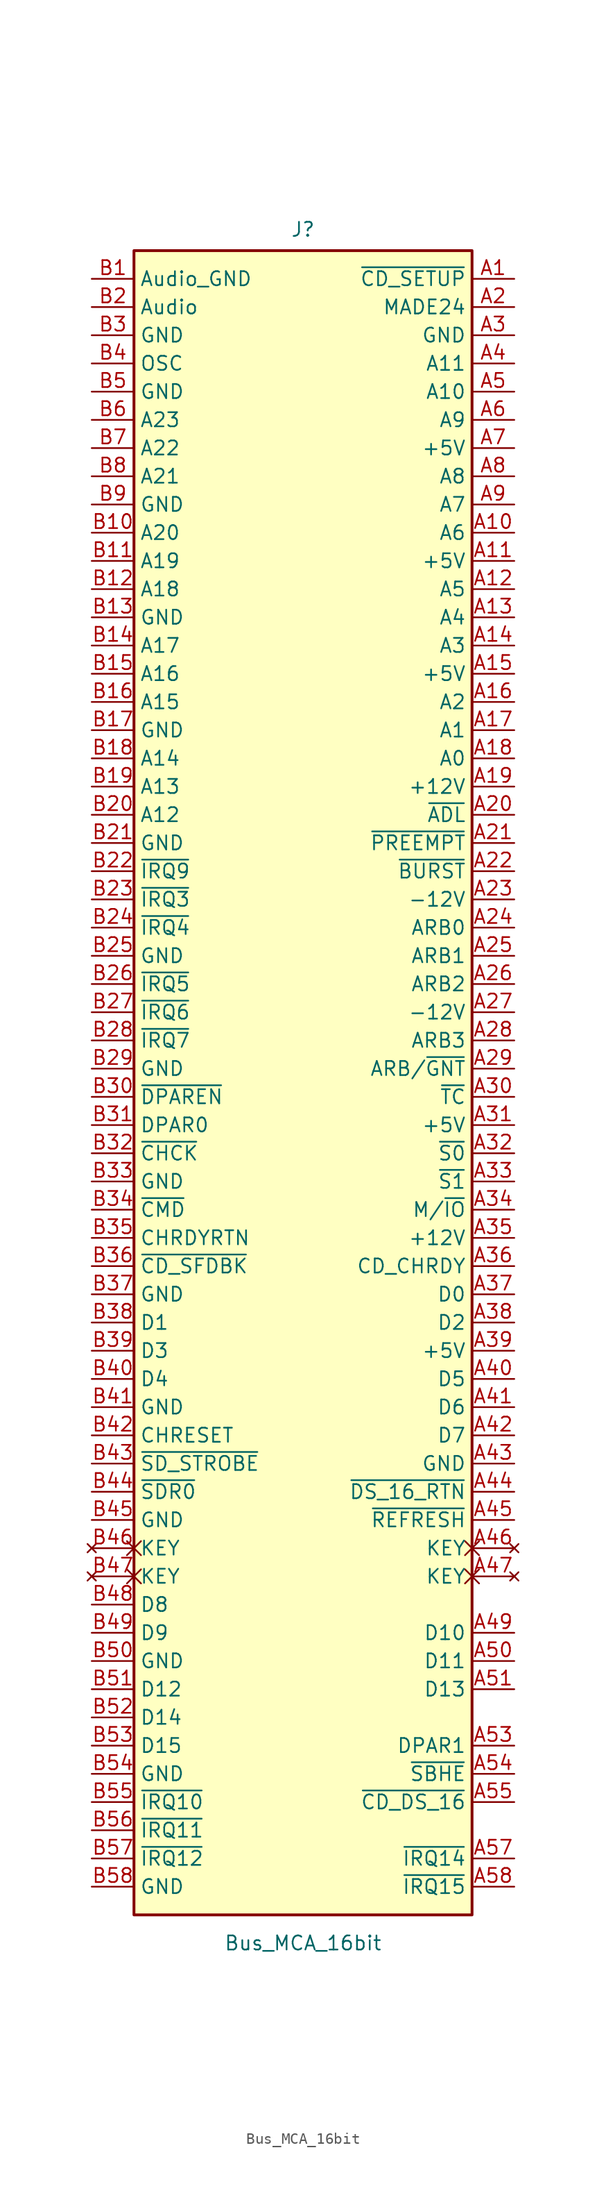
<source format=kicad_sym>
(kicad_symbol_lib
  (version 20231120)
  (generator "kicad_symbol_editor")
  (generator_version "8.0")
  (symbol "Bus_MCA_16bit"
    (property "Reference" "J"
      (at 0 76.835 0)
      (effects (font (size 1.27 1.27))))
    (property "Value" "Bus_MCA_16bit"
      (at 0 -77.47 0)
      (effects (font (size 1.27 1.27))))
    (symbol "Bus_MCA_16bit_0_1"
      (rectangle (start -15.24 74.93) (end 15.24 -74.93) (stroke (width 0.254) (type default)) (fill (type background))))
    (symbol "Bus_MCA_16bit_1_1"
      (pin unspecified line (at 19.05 72.39 180) (length 3.81) (name "~{CD_SETUP}" (effects (font (size 1.27 1.27)))) (number "A1" (effects (font (size 1.27 1.27)))))
      (pin unspecified line (at 19.05 49.53 180) (length 3.81) (name "A6" (effects (font (size 1.27 1.27)))) (number "A10" (effects (font (size 1.27 1.27)))))
      (pin power_in line (at 19.05 46.99 180) (length 3.81) (name "+5V" (effects (font (size 1.27 1.27)))) (number "A11" (effects (font (size 1.27 1.27)))))
      (pin unspecified line (at 19.05 44.45 180) (length 3.81) (name "A5" (effects (font (size 1.27 1.27)))) (number "A12" (effects (font (size 1.27 1.27)))))
      (pin unspecified line (at 19.05 41.91 180) (length 3.81) (name "A4" (effects (font (size 1.27 1.27)))) (number "A13" (effects (font (size 1.27 1.27)))))
      (pin unspecified line (at 19.05 39.37 180) (length 3.81) (name "A3" (effects (font (size 1.27 1.27)))) (number "A14" (effects (font (size 1.27 1.27)))))
      (pin power_in line (at 19.05 36.83 180) (length 3.81) (name "+5V" (effects (font (size 1.27 1.27)))) (number "A15" (effects (font (size 1.27 1.27)))))
      (pin unspecified line (at 19.05 34.29 180) (length 3.81) (name "A2" (effects (font (size 1.27 1.27)))) (number "A16" (effects (font (size 1.27 1.27)))))
      (pin unspecified line (at 19.05 31.75 180) (length 3.81) (name "A1" (effects (font (size 1.27 1.27)))) (number "A17" (effects (font (size 1.27 1.27)))))
      (pin unspecified line (at 19.05 29.21 180) (length 3.81) (name "A0" (effects (font (size 1.27 1.27)))) (number "A18" (effects (font (size 1.27 1.27)))))
      (pin power_in line (at 19.05 26.67 180) (length 3.81) (name "+12V" (effects (font (size 1.27 1.27)))) (number "A19" (effects (font (size 1.27 1.27)))))
      (pin unspecified line (at 19.05 69.85 180) (length 3.81) (name "MADE24" (effects (font (size 1.27 1.27)))) (number "A2" (effects (font (size 1.27 1.27)))))
      (pin unspecified line (at 19.05 24.13 180) (length 3.81) (name "~{ADL}" (effects (font (size 1.27 1.27)))) (number "A20" (effects (font (size 1.27 1.27)))))
      (pin unspecified line (at 19.05 21.59 180) (length 3.81) (name "~{PREEMPT}" (effects (font (size 1.27 1.27)))) (number "A21" (effects (font (size 1.27 1.27)))))
      (pin unspecified line (at 19.05 19.05 180) (length 3.81) (name "~{BURST}" (effects (font (size 1.27 1.27)))) (number "A22" (effects (font (size 1.27 1.27)))))
      (pin power_in line (at 19.05 16.51 180) (length 3.81) (name "-12V" (effects (font (size 1.27 1.27)))) (number "A23" (effects (font (size 1.27 1.27)))))
      (pin unspecified line (at 19.05 13.97 180) (length 3.81) (name "ARB0" (effects (font (size 1.27 1.27)))) (number "A24" (effects (font (size 1.27 1.27)))))
      (pin unspecified line (at 19.05 11.43 180) (length 3.81) (name "ARB1" (effects (font (size 1.27 1.27)))) (number "A25" (effects (font (size 1.27 1.27)))))
      (pin unspecified line (at 19.05 8.89 180) (length 3.81) (name "ARB2" (effects (font (size 1.27 1.27)))) (number "A26" (effects (font (size 1.27 1.27)))))
      (pin power_in line (at 19.05 6.35 180) (length 3.81) (name "-12V" (effects (font (size 1.27 1.27)))) (number "A27" (effects (font (size 1.27 1.27)))))
      (pin unspecified line (at 19.05 3.81 180) (length 3.81) (name "ARB3" (effects (font (size 1.27 1.27)))) (number "A28" (effects (font (size 1.27 1.27)))))
      (pin unspecified line (at 19.05 1.27 180) (length 3.81) (name "ARB/~{GNT}" (effects (font (size 1.27 1.27)))) (number "A29" (effects (font (size 1.27 1.27)))))
      (pin power_in line (at 19.05 67.31 180) (length 3.81) (name "GND" (effects (font (size 1.27 1.27)))) (number "A3" (effects (font (size 1.27 1.27)))))
      (pin unspecified line (at 19.05 -1.27 180) (length 3.81) (name "~{TC}" (effects (font (size 1.27 1.27)))) (number "A30" (effects (font (size 1.27 1.27)))))
      (pin power_in line (at 19.05 -3.81 180) (length 3.81) (name "+5V" (effects (font (size 1.27 1.27)))) (number "A31" (effects (font (size 1.27 1.27)))))
      (pin unspecified line (at 19.05 -6.35 180) (length 3.81) (name "~{S0}" (effects (font (size 1.27 1.27)))) (number "A32" (effects (font (size 1.27 1.27)))))
      (pin unspecified line (at 19.05 -8.89 180) (length 3.81) (name "~{S1}" (effects (font (size 1.27 1.27)))) (number "A33" (effects (font (size 1.27 1.27)))))
      (pin unspecified line (at 19.05 -11.43 180) (length 3.81) (name "M/~{IO}" (effects (font (size 1.27 1.27)))) (number "A34" (effects (font (size 1.27 1.27)))))
      (pin power_in line (at 19.05 -13.97 180) (length 3.81) (name "+12V" (effects (font (size 1.27 1.27)))) (number "A35" (effects (font (size 1.27 1.27)))))
      (pin unspecified line (at 19.05 -16.51 180) (length 3.81) (name "CD_CHRDY" (effects (font (size 1.27 1.27)))) (number "A36" (effects (font (size 1.27 1.27)))))
      (pin unspecified line (at 19.05 -19.05 180) (length 3.81) (name "D0" (effects (font (size 1.27 1.27)))) (number "A37" (effects (font (size 1.27 1.27)))))
      (pin unspecified line (at 19.05 -21.59 180) (length 3.81) (name "D2" (effects (font (size 1.27 1.27)))) (number "A38" (effects (font (size 1.27 1.27)))))
      (pin power_in line (at 19.05 -24.13 180) (length 3.81) (name "+5V" (effects (font (size 1.27 1.27)))) (number "A39" (effects (font (size 1.27 1.27)))))
      (pin unspecified line (at 19.05 64.77 180) (length 3.81) (name "A11" (effects (font (size 1.27 1.27)))) (number "A4" (effects (font (size 1.27 1.27)))))
      (pin unspecified line (at 19.05 -26.67 180) (length 3.81) (name "D5" (effects (font (size 1.27 1.27)))) (number "A40" (effects (font (size 1.27 1.27)))))
      (pin unspecified line (at 19.05 -29.21 180) (length 3.81) (name "D6" (effects (font (size 1.27 1.27)))) (number "A41" (effects (font (size 1.27 1.27)))))
      (pin unspecified line (at 19.05 -31.75 180) (length 3.81) (name "D7" (effects (font (size 1.27 1.27)))) (number "A42" (effects (font (size 1.27 1.27)))))
      (pin power_in line (at 19.05 -34.29 180) (length 3.81) (name "GND" (effects (font (size 1.27 1.27)))) (number "A43" (effects (font (size 1.27 1.27)))))
      (pin unspecified line (at 19.05 -36.83 180) (length 3.81) (name "~{DS_16_RTN}" (effects (font (size 1.27 1.27)))) (number "A44" (effects (font (size 1.27 1.27)))))
      (pin unspecified line (at 19.05 -39.37 180) (length 3.81) (name "~{REFRESH}" (effects (font (size 1.27 1.27)))) (number "A45" (effects (font (size 1.27 1.27)))))
      (pin no_connect non_logic (at 19.05 -41.91 180) (length 3.81) (name "KEY" (effects (font (size 1.27 1.27)))) (number "A46" (effects (font (size 1.27 1.27)))))
      (pin no_connect non_logic (at 19.05 -44.45 180) (length 3.81) (name "KEY" (effects (font (size 1.27 1.27)))) (number "A47" (effects (font (size 1.27 1.27)))))
      (pin unspecified line (at 19.05 -49.53 180) (length 3.81) (name "D10" (effects (font (size 1.27 1.27)))) (number "A49" (effects (font (size 1.27 1.27)))))
      (pin unspecified line (at 19.05 62.23 180) (length 3.81) (name "A10" (effects (font (size 1.27 1.27)))) (number "A5" (effects (font (size 1.27 1.27)))))
      (pin unspecified line (at 19.05 -52.07 180) (length 3.81) (name "D11" (effects (font (size 1.27 1.27)))) (number "A50" (effects (font (size 1.27 1.27)))))
      (pin unspecified line (at 19.05 -54.61 180) (length 3.81) (name "D13" (effects (font (size 1.27 1.27)))) (number "A51" (effects (font (size 1.27 1.27)))))
      (pin unspecified line (at 19.05 -59.69 180) (length 3.81) (name "DPAR1" (effects (font (size 1.27 1.27)))) (number "A53" (effects (font (size 1.27 1.27)))))
      (pin unspecified line (at 19.05 -62.23 180) (length 3.81) (name "~{SBHE}" (effects (font (size 1.27 1.27)))) (number "A54" (effects (font (size 1.27 1.27)))))
      (pin unspecified line (at 19.05 -64.77 180) (length 3.81) (name "~{CD_DS_16}" (effects (font (size 1.27 1.27)))) (number "A55" (effects (font (size 1.27 1.27)))))
      (pin unspecified line (at 19.05 -69.85 180) (length 3.81) (name "~{IRQ14}" (effects (font (size 1.27 1.27)))) (number "A57" (effects (font (size 1.27 1.27)))))
      (pin unspecified line (at 19.05 -72.39 180) (length 3.81) (name "~{IRQ15}" (effects (font (size 1.27 1.27)))) (number "A58" (effects (font (size 1.27 1.27)))))
      (pin unspecified line (at 19.05 59.69 180) (length 3.81) (name "A9" (effects (font (size 1.27 1.27)))) (number "A6" (effects (font (size 1.27 1.27)))))
      (pin power_in line (at 19.05 57.15 180) (length 3.81) (name "+5V" (effects (font (size 1.27 1.27)))) (number "A7" (effects (font (size 1.27 1.27)))))
      (pin unspecified line (at 19.05 54.61 180) (length 3.81) (name "A8" (effects (font (size 1.27 1.27)))) (number "A8" (effects (font (size 1.27 1.27)))))
      (pin unspecified line (at 19.05 52.07 180) (length 3.81) (name "A7" (effects (font (size 1.27 1.27)))) (number "A9" (effects (font (size 1.27 1.27)))))
      (pin power_in line (at -19.05 72.39 0) (length 3.81) (name "Audio_GND" (effects (font (size 1.27 1.27)))) (number "B1" (effects (font (size 1.27 1.27)))))
      (pin unspecified line (at -19.05 49.53 0) (length 3.81) (name "A20" (effects (font (size 1.27 1.27)))) (number "B10" (effects (font (size 1.27 1.27)))))
      (pin unspecified line (at -19.05 46.99 0) (length 3.81) (name "A19" (effects (font (size 1.27 1.27)))) (number "B11" (effects (font (size 1.27 1.27)))))
      (pin unspecified line (at -19.05 44.45 0) (length 3.81) (name "A18" (effects (font (size 1.27 1.27)))) (number "B12" (effects (font (size 1.27 1.27)))))
      (pin power_in line (at -19.05 41.91 0) (length 3.81) (name "GND" (effects (font (size 1.27 1.27)))) (number "B13" (effects (font (size 1.27 1.27)))))
      (pin unspecified line (at -19.05 39.37 0) (length 3.81) (name "A17" (effects (font (size 1.27 1.27)))) (number "B14" (effects (font (size 1.27 1.27)))))
      (pin unspecified line (at -19.05 36.83 0) (length 3.81) (name "A16" (effects (font (size 1.27 1.27)))) (number "B15" (effects (font (size 1.27 1.27)))))
      (pin unspecified line (at -19.05 34.29 0) (length 3.81) (name "A15" (effects (font (size 1.27 1.27)))) (number "B16" (effects (font (size 1.27 1.27)))))
      (pin power_in line (at -19.05 31.75 0) (length 3.81) (name "GND" (effects (font (size 1.27 1.27)))) (number "B17" (effects (font (size 1.27 1.27)))))
      (pin unspecified line (at -19.05 29.21 0) (length 3.81) (name "A14" (effects (font (size 1.27 1.27)))) (number "B18" (effects (font (size 1.27 1.27)))))
      (pin unspecified line (at -19.05 26.67 0) (length 3.81) (name "A13" (effects (font (size 1.27 1.27)))) (number "B19" (effects (font (size 1.27 1.27)))))
      (pin bidirectional line (at -19.05 69.85 0) (length 3.81) (name "Audio" (effects (font (size 1.27 1.27)))) (number "B2" (effects (font (size 1.27 1.27)))))
      (pin unspecified line (at -19.05 24.13 0) (length 3.81) (name "A12" (effects (font (size 1.27 1.27)))) (number "B20" (effects (font (size 1.27 1.27)))))
      (pin power_in line (at -19.05 21.59 0) (length 3.81) (name "GND" (effects (font (size 1.27 1.27)))) (number "B21" (effects (font (size 1.27 1.27)))))
      (pin unspecified line (at -19.05 19.05 0) (length 3.81) (name "~{IRQ9}" (effects (font (size 1.27 1.27)))) (number "B22" (effects (font (size 1.27 1.27)))))
      (pin unspecified line (at -19.05 16.51 0) (length 3.81) (name "~{IRQ3}" (effects (font (size 1.27 1.27)))) (number "B23" (effects (font (size 1.27 1.27)))))
      (pin unspecified line (at -19.05 13.97 0) (length 3.81) (name "~{IRQ4}" (effects (font (size 1.27 1.27)))) (number "B24" (effects (font (size 1.27 1.27)))))
      (pin power_in line (at -19.05 11.43 0) (length 3.81) (name "GND" (effects (font (size 1.27 1.27)))) (number "B25" (effects (font (size 1.27 1.27)))))
      (pin unspecified line (at -19.05 8.89 0) (length 3.81) (name "~{IRQ5}" (effects (font (size 1.27 1.27)))) (number "B26" (effects (font (size 1.27 1.27)))))
      (pin unspecified line (at -19.05 6.35 0) (length 3.81) (name "~{IRQ6}" (effects (font (size 1.27 1.27)))) (number "B27" (effects (font (size 1.27 1.27)))))
      (pin unspecified line (at -19.05 3.81 0) (length 3.81) (name "~{IRQ7}" (effects (font (size 1.27 1.27)))) (number "B28" (effects (font (size 1.27 1.27)))))
      (pin power_in line (at -19.05 1.27 0) (length 3.81) (name "GND" (effects (font (size 1.27 1.27)))) (number "B29" (effects (font (size 1.27 1.27)))))
      (pin power_in line (at -19.05 67.31 0) (length 3.81) (name "GND" (effects (font (size 1.27 1.27)))) (number "B3" (effects (font (size 1.27 1.27)))))
      (pin unspecified line (at -19.05 -1.27 0) (length 3.81) (name "~{DPAREN}" (effects (font (size 1.27 1.27)))) (number "B30" (effects (font (size 1.27 1.27)))))
      (pin unspecified line (at -19.05 -3.81 0) (length 3.81) (name "DPAR0" (effects (font (size 1.27 1.27)))) (number "B31" (effects (font (size 1.27 1.27)))))
      (pin unspecified line (at -19.05 -6.35 0) (length 3.81) (name "~{CHCK}" (effects (font (size 1.27 1.27)))) (number "B32" (effects (font (size 1.27 1.27)))))
      (pin power_in line (at -19.05 -8.89 0) (length 3.81) (name "GND" (effects (font (size 1.27 1.27)))) (number "B33" (effects (font (size 1.27 1.27)))))
      (pin unspecified line (at -19.05 -11.43 0) (length 3.81) (name "~{CMD}" (effects (font (size 1.27 1.27)))) (number "B34" (effects (font (size 1.27 1.27)))))
      (pin unspecified line (at -19.05 -13.97 0) (length 3.81) (name "CHRDYRTN" (effects (font (size 1.27 1.27)))) (number "B35" (effects (font (size 1.27 1.27)))))
      (pin unspecified line (at -19.05 -16.51 0) (length 3.81) (name "~{CD_SFDBK}" (effects (font (size 1.27 1.27)))) (number "B36" (effects (font (size 1.27 1.27)))))
      (pin power_in line (at -19.05 -19.05 0) (length 3.81) (name "GND" (effects (font (size 1.27 1.27)))) (number "B37" (effects (font (size 1.27 1.27)))))
      (pin unspecified line (at -19.05 -21.59 0) (length 3.81) (name "D1" (effects (font (size 1.27 1.27)))) (number "B38" (effects (font (size 1.27 1.27)))))
      (pin unspecified line (at -19.05 -24.13 0) (length 3.81) (name "D3" (effects (font (size 1.27 1.27)))) (number "B39" (effects (font (size 1.27 1.27)))))
      (pin unspecified line (at -19.05 64.77 0) (length 3.81) (name "OSC" (effects (font (size 1.27 1.27)))) (number "B4" (effects (font (size 1.27 1.27)))))
      (pin unspecified line (at -19.05 -26.67 0) (length 3.81) (name "D4" (effects (font (size 1.27 1.27)))) (number "B40" (effects (font (size 1.27 1.27)))))
      (pin power_in line (at -19.05 -29.21 0) (length 3.81) (name "GND" (effects (font (size 1.27 1.27)))) (number "B41" (effects (font (size 1.27 1.27)))))
      (pin unspecified line (at -19.05 -31.75 0) (length 3.81) (name "CHRESET" (effects (font (size 1.27 1.27)))) (number "B42" (effects (font (size 1.27 1.27)))))
      (pin unspecified line (at -19.05 -34.29 0) (length 3.81) (name "~{SD_STROBE}" (effects (font (size 1.27 1.27)))) (number "B43" (effects (font (size 1.27 1.27)))))
      (pin unspecified line (at -19.05 -36.83 0) (length 3.81) (name "~{SDR0}" (effects (font (size 1.27 1.27)))) (number "B44" (effects (font (size 1.27 1.27)))))
      (pin power_in line (at -19.05 -39.37 0) (length 3.81) (name "GND" (effects (font (size 1.27 1.27)))) (number "B45" (effects (font (size 1.27 1.27)))))
      (pin no_connect non_logic (at -19.05 -41.91 0) (length 3.81) (name "KEY" (effects (font (size 1.27 1.27)))) (number "B46" (effects (font (size 1.27 1.27)))))
      (pin no_connect non_logic (at -19.05 -44.45 0) (length 3.81) (name "KEY" (effects (font (size 1.27 1.27)))) (number "B47" (effects (font (size 1.27 1.27)))))
      (pin unspecified line (at -19.05 -46.99 0) (length 3.81) (name "D8" (effects (font (size 1.27 1.27)))) (number "B48" (effects (font (size 1.27 1.27)))))
      (pin unspecified line (at -19.05 -49.53 0) (length 3.81) (name "D9" (effects (font (size 1.27 1.27)))) (number "B49" (effects (font (size 1.27 1.27)))))
      (pin power_in line (at -19.05 62.23 0) (length 3.81) (name "GND" (effects (font (size 1.27 1.27)))) (number "B5" (effects (font (size 1.27 1.27)))))
      (pin power_in line (at -19.05 -52.07 0) (length 3.81) (name "GND" (effects (font (size 1.27 1.27)))) (number "B50" (effects (font (size 1.27 1.27)))))
      (pin unspecified line (at -19.05 -54.61 0) (length 3.81) (name "D12" (effects (font (size 1.27 1.27)))) (number "B51" (effects (font (size 1.27 1.27)))))
      (pin unspecified line (at -19.05 -57.15 0) (length 3.81) (name "D14" (effects (font (size 1.27 1.27)))) (number "B52" (effects (font (size 1.27 1.27)))))
      (pin unspecified line (at -19.05 -59.69 0) (length 3.81) (name "D15" (effects (font (size 1.27 1.27)))) (number "B53" (effects (font (size 1.27 1.27)))))
      (pin power_in line (at -19.05 -62.23 0) (length 3.81) (name "GND" (effects (font (size 1.27 1.27)))) (number "B54" (effects (font (size 1.27 1.27)))))
      (pin unspecified line (at -19.05 -64.77 0) (length 3.81) (name "~{IRQ10}" (effects (font (size 1.27 1.27)))) (number "B55" (effects (font (size 1.27 1.27)))))
      (pin unspecified line (at -19.05 -67.31 0) (length 3.81) (name "~{IRQ11}" (effects (font (size 1.27 1.27)))) (number "B56" (effects (font (size 1.27 1.27)))))
      (pin unspecified line (at -19.05 -69.85 0) (length 3.81) (name "~{IRQ12}" (effects (font (size 1.27 1.27)))) (number "B57" (effects (font (size 1.27 1.27)))))
      (pin power_in line (at -19.05 -72.39 0) (length 3.81) (name "GND" (effects (font (size 1.27 1.27)))) (number "B58" (effects (font (size 1.27 1.27)))))
      (pin unspecified line (at -19.05 59.69 0) (length 3.81) (name "A23" (effects (font (size 1.27 1.27)))) (number "B6" (effects (font (size 1.27 1.27)))))
      (pin unspecified line (at -19.05 57.15 0) (length 3.81) (name "A22" (effects (font (size 1.27 1.27)))) (number "B7" (effects (font (size 1.27 1.27)))))
      (pin unspecified line (at -19.05 54.61 0) (length 3.81) (name "A21" (effects (font (size 1.27 1.27)))) (number "B8" (effects (font (size 1.27 1.27)))))
      (pin power_in line (at -19.05 52.07 0) (length 3.81) (name "GND" (effects (font (size 1.27 1.27)))) (number "B9" (effects (font (size 1.27 1.27))))))))
</source>
